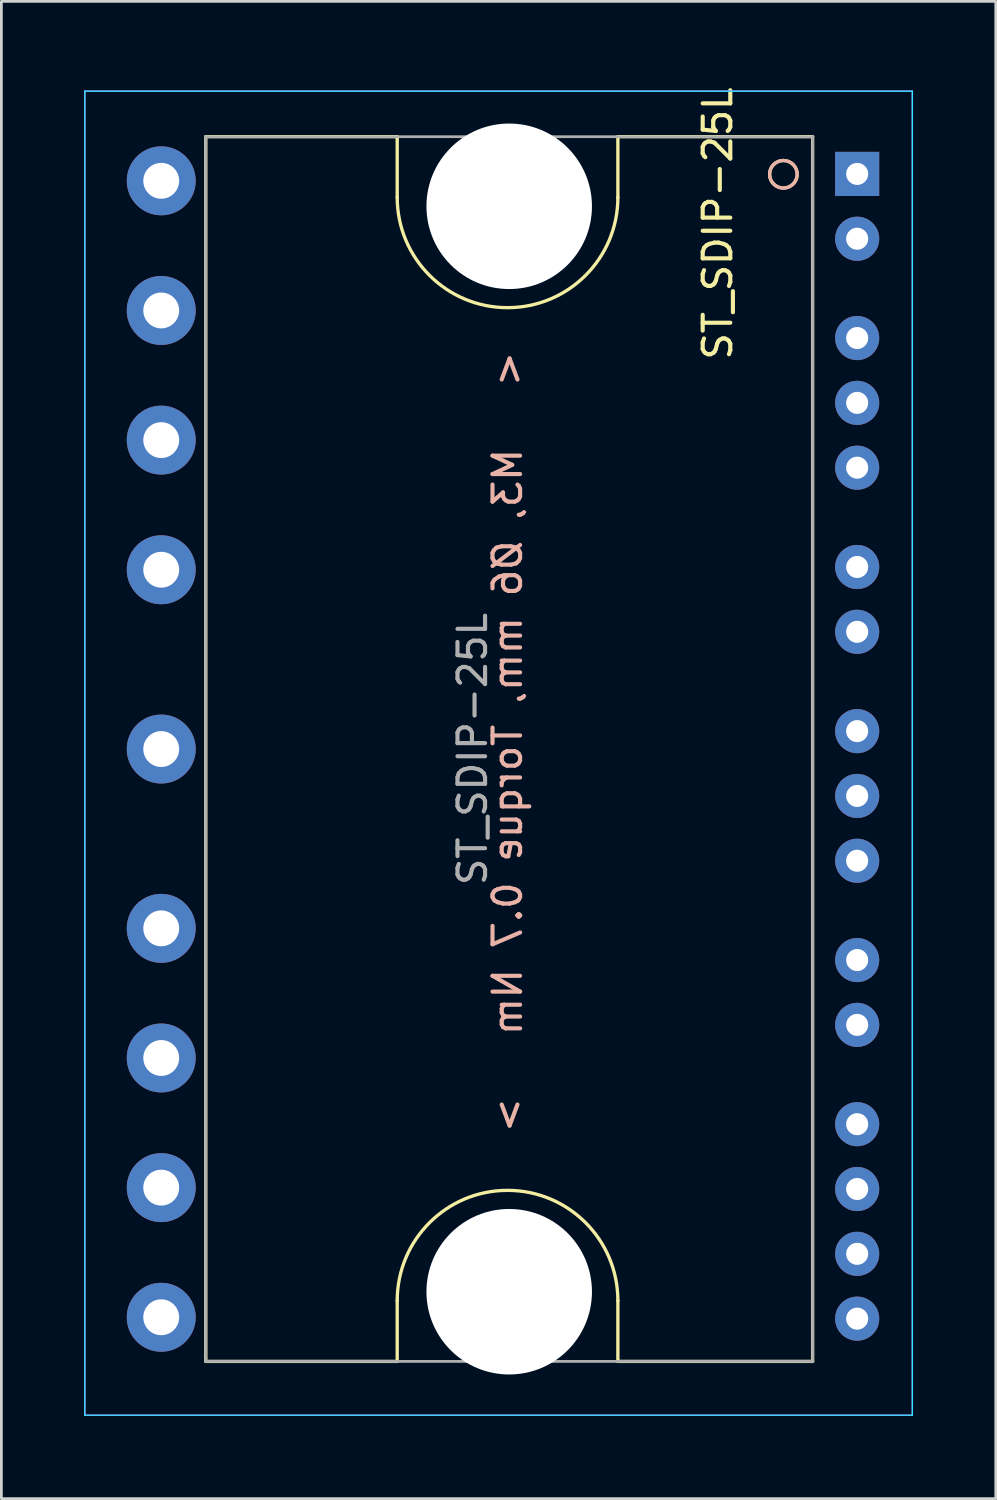
<source format=kicad_pcb>
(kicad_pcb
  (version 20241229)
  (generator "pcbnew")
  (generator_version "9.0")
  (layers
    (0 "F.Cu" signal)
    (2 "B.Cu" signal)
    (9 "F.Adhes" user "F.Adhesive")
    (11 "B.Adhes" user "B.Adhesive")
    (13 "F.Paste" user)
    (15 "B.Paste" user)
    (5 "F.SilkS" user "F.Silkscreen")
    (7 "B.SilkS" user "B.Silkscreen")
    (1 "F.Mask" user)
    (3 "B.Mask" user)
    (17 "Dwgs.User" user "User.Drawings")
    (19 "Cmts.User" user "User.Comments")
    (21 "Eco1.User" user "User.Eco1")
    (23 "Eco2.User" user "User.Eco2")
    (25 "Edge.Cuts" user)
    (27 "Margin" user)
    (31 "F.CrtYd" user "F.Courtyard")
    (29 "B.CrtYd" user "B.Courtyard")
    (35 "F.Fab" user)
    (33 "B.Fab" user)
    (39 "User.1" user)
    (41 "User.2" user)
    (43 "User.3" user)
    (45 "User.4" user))
  (footprint "ST_SDIP-25L"
    (layer "F.Cu")
    (at 28.025 3.255)
    (property "Reference" "ST_SDIP-25L" (at -5.055 1.799 90) (layer "F.SilkS") (effects (font (size 1 1) (thickness 0.15))))
    (attr through_hole)
    (fp_line (start -23.615 -1.35) (end -23.615 43.05) (stroke (width 0.12) (type solid)) (layer "F.SilkS"))
    (fp_line (start -23.615 43.05) (end -16.675 43.05) (stroke (width 0.12) (type solid)) (layer "F.SilkS"))
    (fp_line (start -16.675 -1.35) (end -23.615 -1.35) (stroke (width 0.12) (type solid)) (layer "F.SilkS"))
    (fp_line (start -16.675 0.849) (end -16.675 -1.351) (stroke (width 0.12) (type solid)) (layer "F.SilkS"))
    (fp_line (start -16.675 40.849) (end -16.675 43.05) (stroke (width 0.12) (type solid)) (layer "F.SilkS"))
    (fp_line (start -8.675 -1.351) (end -8.675 0.849) (stroke (width 0.12) (type solid)) (layer "F.SilkS"))
    (fp_line (start -8.675 40.849) (end -8.675 43.049) (stroke (width 0.12) (type solid)) (layer "F.SilkS"))
    (fp_line (start -8.675 43.05) (end -1.615 43.05) (stroke (width 0.12) (type solid)) (layer "F.SilkS"))
    (fp_line (start -1.615 -1.35) (end -8.675 -1.351) (stroke (width 0.12) (type solid)) (layer "F.SilkS"))
    (fp_line (start -1.615 43.05) (end -1.615 -1.35) (stroke (width 0.12) (type solid)) (layer "F.SilkS"))
    (fp_arc (start -16.675 40.849) (mid -12.675 36.849) (end -8.675 40.849) (stroke (width 0.12) (type solid)) (layer "F.SilkS"))
    (fp_arc (start -8.675 0.849) (mid -12.675 4.849) (end -16.675 0.849) (stroke (width 0.12) (type solid)) (layer "F.SilkS"))
    (fp_circle (center -2.675 0.013) (end -2.675 -0.487) (stroke (width 0.12) (type solid)) (fill no) (layer "F.SilkS"))
    (fp_circle (center -2.675 0.013) (end -2.175 0.013) (stroke (width 0.12) (type solid)) (fill no) (layer "B.SilkS"))
    (fp_line (start -28 45) (end -28 -3) (stroke (width 0.05) (type solid)) (layer "B.CrtYd"))
    (fp_line (start 2 -3) (end -28 -3) (stroke (width 0.05) (type solid)) (layer "B.CrtYd"))
    (fp_line (start 2 -3) (end 2 45) (stroke (width 0.05) (type solid)) (layer "B.CrtYd"))
    (fp_line (start 2 45) (end -28 45) (stroke (width 0.05) (type solid)) (layer "B.CrtYd"))
    (fp_line (start -28 45) (end -28 -3) (stroke (width 0.05) (type solid)) (layer "F.CrtYd"))
    (fp_line (start 2 -3) (end -28 -3) (stroke (width 0.05) (type solid)) (layer "F.CrtYd"))
    (fp_line (start 2 -3) (end 2 45) (stroke (width 0.05) (type solid)) (layer "F.CrtYd"))
    (fp_line (start 2 45) (end -28 45) (stroke (width 0.05) (type solid)) (layer "F.CrtYd"))
    (fp_line (start -23.615 -1.35) (end -23.615 43.05) (stroke (width 0.1) (type solid)) (layer "F.Fab"))
    (fp_line (start -23.615 43.05) (end -1.615 43.05) (stroke (width 0.1) (type solid)) (layer "F.Fab"))
    (fp_line (start -1.615 -1.35) (end -23.615 -1.35) (stroke (width 0.1) (type solid)) (layer "F.Fab"))
    (fp_line (start -1.615 43.05) (end -1.615 -1.35) (stroke (width 0.1) (type solid)) (layer "F.Fab"))
    (fp_text user "<   M3, Ø6 mm, Torque 0.7 Nm   >" (at -12.675 20.595 270) (layer "B.SilkS") (effects (font (size 1 1) (thickness 0.15)) (justify mirror)))
    (fp_text user "${REFERENCE}" (at -13.945 20.849 90) (layer "F.Fab") (effects (font (size 1 1) (thickness 0.15))))
    (pad "" np_thru_hole circle (at -12.615 1.174 270) (size 6 6) (drill 6) (layers "*.Cu" "*.Mask"))
    (pad "" np_thru_hole circle (at -12.615 40.524 270) (size 6 6) (drill 6) (layers "*.Cu" "*.Mask"))
    (pad "1" thru_hole rect (at 0 0 270) (size 1.6 1.6) (drill 0.8) (layers "*.Cu" "*.Mask"))
    (pad "2" thru_hole circle (at 0 2.35 270) (size 1.6 1.6) (drill 0.8) (layers "*.Cu" "*.Mask"))
    (pad "3" thru_hole circle (at 0 5.95 270) (size 1.6 1.6) (drill 0.8) (layers "*.Cu" "*.Mask"))
    (pad "4" thru_hole circle (at 0 8.3 270) (size 1.6 1.6) (drill 0.8) (layers "*.Cu" "*.Mask"))
    (pad "5" thru_hole circle (at 0 10.65 270) (size 1.6 1.6) (drill 0.8) (layers "*.Cu" "*.Mask"))
    (pad "6" thru_hole circle (at 0 14.25 270) (size 1.6 1.6) (drill 0.8) (layers "*.Cu" "*.Mask"))
    (pad "7" thru_hole circle (at 0 16.6 270) (size 1.6 1.6) (drill 0.8) (layers "*.Cu" "*.Mask"))
    (pad "8" thru_hole circle (at 0 20.2 270) (size 1.6 1.6) (drill 0.8) (layers "*.Cu" "*.Mask"))
    (pad "9" thru_hole circle (at 0 22.55 270) (size 1.6 1.6) (drill 0.8) (layers "*.Cu" "*.Mask"))
    (pad "10" thru_hole circle (at 0 24.9 270) (size 1.6 1.6) (drill 0.8) (layers "*.Cu" "*.Mask"))
    (pad "11" thru_hole circle (at 0 28.5 270) (size 1.6 1.6) (drill 0.8) (layers "*.Cu" "*.Mask"))
    (pad "12" thru_hole circle (at 0 30.85 270) (size 1.6 1.6) (drill 0.8) (layers "*.Cu" "*.Mask"))
    (pad "13" thru_hole circle (at 0 34.45 270) (size 1.6 1.6) (drill 0.8) (layers "*.Cu" "*.Mask"))
    (pad "14" thru_hole circle (at 0 36.8 270) (size 1.6 1.6) (drill 0.8) (layers "*.Cu" "*.Mask"))
    (pad "15" thru_hole circle (at 0 39.15 270) (size 1.6 1.6) (drill 0.8) (layers "*.Cu" "*.Mask"))
    (pad "16" thru_hole circle (at 0 41.5 270) (size 1.6 1.6) (drill 0.8) (layers "*.Cu" "*.Mask"))
    (pad "17" thru_hole circle (at -25.23 41.45 270) (size 2.5 2.5) (drill 1.3) (layers "*.Cu" "*.Mask"))
    (pad "18" thru_hole circle (at -25.23 36.75 270) (size 2.5 2.5) (drill 1.3) (layers "*.Cu" "*.Mask"))
    (pad "19" thru_hole circle (at -25.23 32.05 270) (size 2.5 2.5) (drill 1.3) (layers "*.Cu" "*.Mask"))
    (pad "20" thru_hole circle (at -25.23 27.35 270) (size 2.5 2.5) (drill 1.3) (layers "*.Cu" "*.Mask"))
    (pad "21" thru_hole circle (at -25.23 20.85 270) (size 2.5 2.5) (drill 1.3) (layers "*.Cu" "*.Mask"))
    (pad "22" thru_hole circle (at -25.23 14.35 270) (size 2.5 2.5) (drill 1.3) (layers "*.Cu" "*.Mask"))
    (pad "23" thru_hole circle (at -25.23 9.65 270) (size 2.5 2.5) (drill 1.3) (layers "*.Cu" "*.Mask"))
    (pad "24" thru_hole circle (at -25.23 4.95 270) (size 2.5 2.5) (drill 1.3) (layers "*.Cu" "*.Mask"))
    (pad "25" thru_hole circle (at -25.23 0.25 270) (size 2.5 2.5) (drill 1.3) (layers "*.Cu" "*.Mask")))
  (gr_rect
    (start -3 -3)
    (end 33.05 51.28)
    (stroke (width 0.1) (type default))
    (fill no)
    (layer "Edge.Cuts")))
</source>
